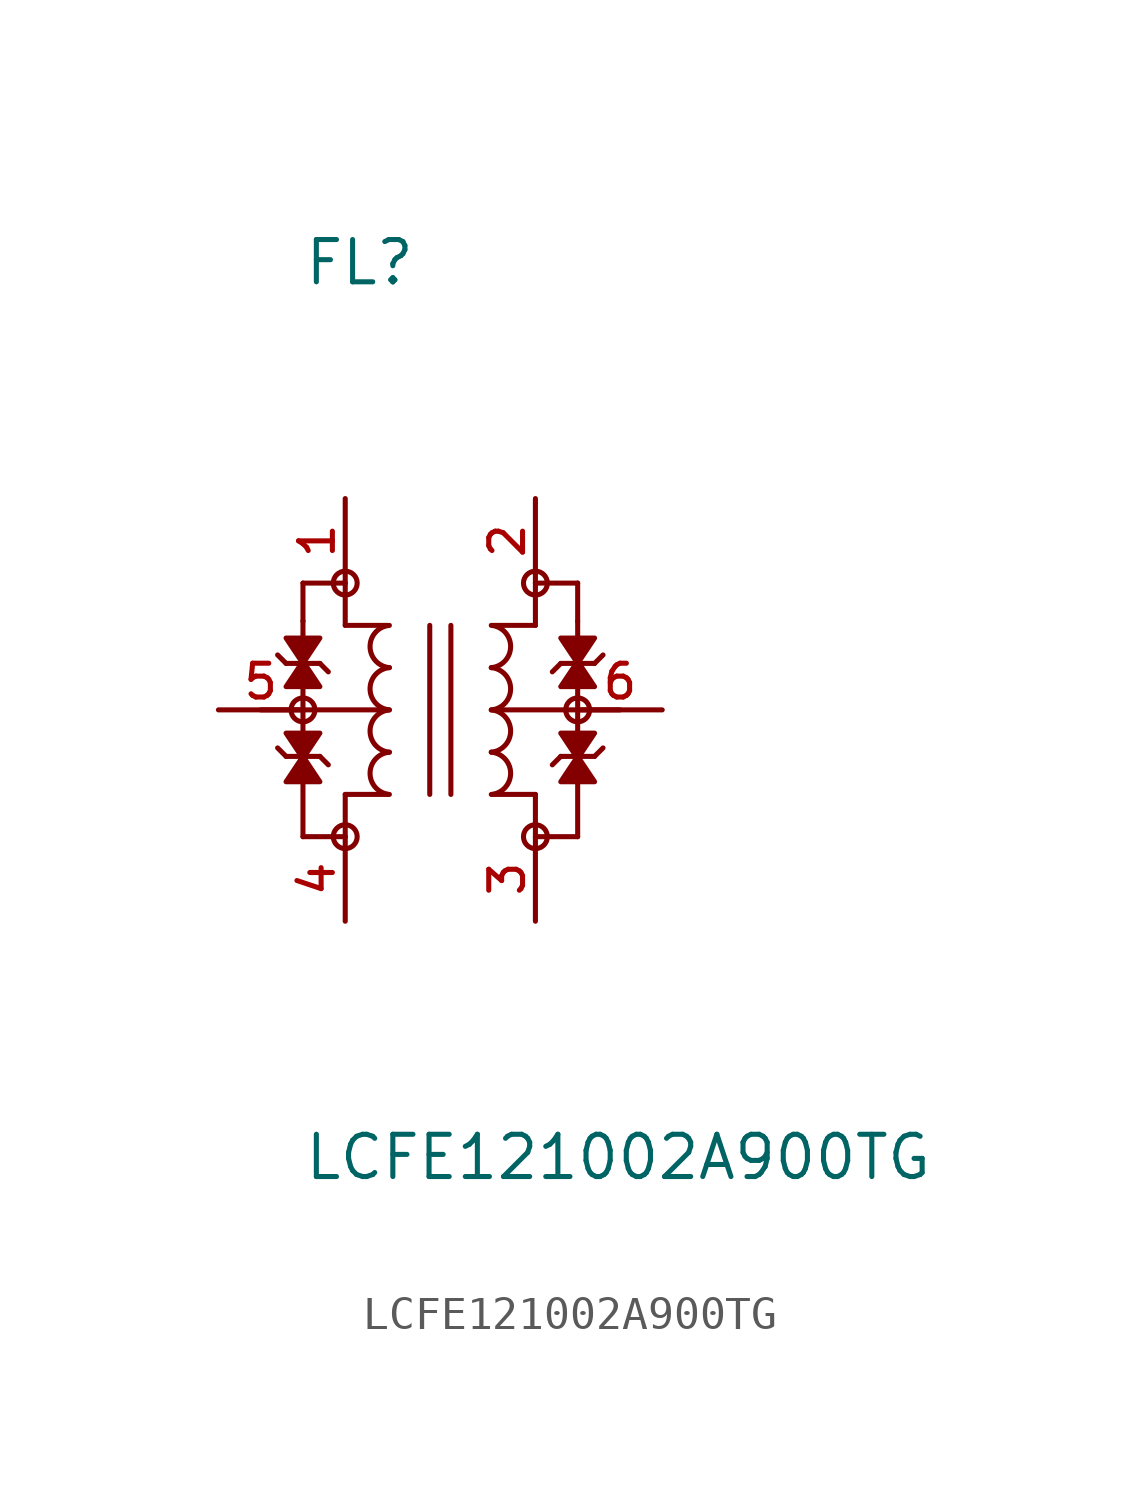
<source format=kicad_sym>
(kicad_symbol_lib
  (version 20211014)
  (generator kicad_symbol_editor)
  (symbol "LCFE121002A900TG"
    (pin_names
      (offset 1.016))
    (property "Reference" "FL"
      (at -5.08 12.7 0)
      (effects (font (size 1.27 1.27)) (justify left bottom)))
    (property "Value" "LCFE121002A900TG"
      (at -5.08 -12.7 0)
      (effects (font (size 1.27 1.27)) (justify left top)))
    (symbol "LCFE121002A900TG_0_0"
      (circle (center -5.08 0) (radius 0.359) (stroke (width 0) (type default) (color 0 0 0 0)) (fill (type none)))
      (circle (center -3.81 -3.81) (radius 0.359) (stroke (width 0) (type default) (color 0 0 0 0)) (fill (type none)))
      (circle (center -3.81 3.81) (radius 0.359) (stroke (width 0) (type default) (color 0 0 0 0)) (fill (type none)))
      (arc (start -2.4836 -1.27) (mid -3.1775 -1.905) (end -2.4836 -2.54) (stroke (width 0.1524) (type default) (color 0 0 0 0)) (fill (type none)))
      (arc (start -2.4836 0) (mid -3.1775 -0.635) (end -2.4836 -1.27) (stroke (width 0.1524) (type default) (color 0 0 0 0)) (fill (type none)))
      (arc (start -2.4836 1.27) (mid -3.1775 0.635) (end -2.4836 0) (stroke (width 0.1524) (type default) (color 0 0 0 0)) (fill (type none)))
      (arc (start -2.4836 2.54) (mid -3.1775 1.905) (end -2.4836 1.27) (stroke (width 0.1524) (type default) (color 0 0 0 0)) (fill (type none)))
      (polyline (pts (xy -6.35 0) (xy -2.54 0)) (stroke (width 0.152) (type default) (color 0 0 0 0)) (fill (type none)))
      (polyline (pts (xy -5.842 -1.143) (xy -5.588 -1.397)) (stroke (width 0.152) (type default) (color 0 0 0 0)) (fill (type none)))
      (polyline (pts (xy -5.588 -1.397) (xy -5.08 -1.397)) (stroke (width 0.152) (type default) (color 0 0 0 0)) (fill (type none)))
      (polyline (pts (xy -5.588 1.397) (xy -5.842 1.651)) (stroke (width 0.152) (type default) (color 0 0 0 0)) (fill (type none)))
      (polyline (pts (xy -5.08 -3.81) (xy -3.81 -3.81)) (stroke (width 0.152) (type default) (color 0 0 0 0)) (fill (type none)))
      (polyline (pts (xy -5.08 -1.397) (xy -4.572 -1.397)) (stroke (width 0.152) (type default) (color 0 0 0 0)) (fill (type none)))
      (polyline (pts (xy -5.08 0) (xy -5.08 -3.81)) (stroke (width 0.152) (type default) (color 0 0 0 0)) (fill (type none)))
      (polyline (pts (xy -5.08 0) (xy -5.08 2.667)) (stroke (width 0.152) (type default) (color 0 0 0 0)) (fill (type none)))
      (polyline (pts (xy -5.08 1.397) (xy -5.588 1.397)) (stroke (width 0.152) (type default) (color 0 0 0 0)) (fill (type none)))
      (polyline (pts (xy -5.08 2.667) (xy -5.08 3.81)) (stroke (width 0.152) (type default) (color 0 0 0 0)) (fill (type none)))
      (polyline (pts (xy -5.08 3.81) (xy -3.81 3.81)) (stroke (width 0.152) (type default) (color 0 0 0 0)) (fill (type none)))
      (polyline (pts (xy -4.572 -1.397) (xy -4.318 -1.651)) (stroke (width 0.152) (type default) (color 0 0 0 0)) (fill (type none)))
      (polyline (pts (xy -4.572 1.397) (xy -5.08 1.397)) (stroke (width 0.152) (type default) (color 0 0 0 0)) (fill (type none)))
      (polyline (pts (xy -4.318 1.143) (xy -4.572 1.397)) (stroke (width 0.152) (type default) (color 0 0 0 0)) (fill (type none)))
      (polyline (pts (xy -3.81 -3.81) (xy -3.81 -2.54)) (stroke (width 0.152) (type default) (color 0 0 0 0)) (fill (type none)))
      (polyline (pts (xy -3.81 -2.54) (xy -2.54 -2.54)) (stroke (width 0.152) (type default) (color 0 0 0 0)) (fill (type none)))
      (polyline (pts (xy -3.81 2.54) (xy -2.54 2.54)) (stroke (width 0.152) (type default) (color 0 0 0 0)) (fill (type none)))
      (polyline (pts (xy -3.81 3.81) (xy -3.81 2.54)) (stroke (width 0.152) (type default) (color 0 0 0 0)) (fill (type none)))
      (polyline (pts (xy -1.27 2.54) (xy -1.27 -2.54)) (stroke (width 0.152) (type default) (color 0 0 0 0)) (fill (type none)))
      (polyline (pts (xy -0.635 2.54) (xy -0.635 -2.54)) (stroke (width 0.152) (type default) (color 0 0 0 0)) (fill (type none)))
      (polyline (pts (xy 1.905 -3.81) (xy 1.905 -2.54)) (stroke (width 0.152) (type default) (color 0 0 0 0)) (fill (type none)))
      (polyline (pts (xy 1.905 -2.54) (xy 0.635 -2.54)) (stroke (width 0.152) (type default) (color 0 0 0 0)) (fill (type none)))
      (polyline (pts (xy 1.905 2.54) (xy 0.635 2.54)) (stroke (width 0.152) (type default) (color 0 0 0 0)) (fill (type none)))
      (polyline (pts (xy 1.905 3.81) (xy 1.905 2.54)) (stroke (width 0.152) (type default) (color 0 0 0 0)) (fill (type none)))
      (polyline (pts (xy 2.413 1.143) (xy 2.667 1.397)) (stroke (width 0.152) (type default) (color 0 0 0 0)) (fill (type none)))
      (polyline (pts (xy 2.667 -1.397) (xy 2.413 -1.651)) (stroke (width 0.152) (type default) (color 0 0 0 0)) (fill (type none)))
      (polyline (pts (xy 2.667 1.397) (xy 3.175 1.397)) (stroke (width 0.152) (type default) (color 0 0 0 0)) (fill (type none)))
      (polyline (pts (xy 3.175 -3.81) (xy 1.905 -3.81)) (stroke (width 0.152) (type default) (color 0 0 0 0)) (fill (type none)))
      (polyline (pts (xy 3.175 -1.397) (xy 2.667 -1.397)) (stroke (width 0.152) (type default) (color 0 0 0 0)) (fill (type none)))
      (polyline (pts (xy 3.175 0) (xy 3.175 -3.81)) (stroke (width 0.152) (type default) (color 0 0 0 0)) (fill (type none)))
      (polyline (pts (xy 3.175 0) (xy 3.175 2.667)) (stroke (width 0.152) (type default) (color 0 0 0 0)) (fill (type none)))
      (polyline (pts (xy 3.175 1.397) (xy 3.683 1.397)) (stroke (width 0.152) (type default) (color 0 0 0 0)) (fill (type none)))
      (polyline (pts (xy 3.175 2.667) (xy 3.175 3.81)) (stroke (width 0.152) (type default) (color 0 0 0 0)) (fill (type none)))
      (polyline (pts (xy 3.175 3.81) (xy 1.905 3.81)) (stroke (width 0.152) (type default) (color 0 0 0 0)) (fill (type none)))
      (polyline (pts (xy 3.683 -1.397) (xy 3.175 -1.397)) (stroke (width 0.152) (type default) (color 0 0 0 0)) (fill (type none)))
      (polyline (pts (xy 3.683 1.397) (xy 3.937 1.651)) (stroke (width 0.152) (type default) (color 0 0 0 0)) (fill (type none)))
      (polyline (pts (xy 3.937 -1.143) (xy 3.683 -1.397)) (stroke (width 0.152) (type default) (color 0 0 0 0)) (fill (type none)))
      (polyline (pts (xy 4.445 0) (xy 0.635 0)) (stroke (width 0.152) (type default) (color 0 0 0 0)) (fill (type none)))
      (polyline (pts (xy -5.08 -1.46) (xy -5.588 -0.699) (xy -4.572 -0.699) (xy -5.08 -1.46)) (stroke (width 0.152) (type default) (color 0 0 0 0)) (fill (type outline)))
      (polyline (pts (xy -5.08 -1.397) (xy -4.572 -2.159) (xy -5.588 -2.159) (xy -5.08 -1.397)) (stroke (width 0.152) (type default) (color 0 0 0 0)) (fill (type outline)))
      (polyline (pts (xy -5.08 1.397) (xy -5.588 2.159) (xy -4.572 2.159) (xy -5.08 1.397)) (stroke (width 0.152) (type default) (color 0 0 0 0)) (fill (type outline)))
      (polyline (pts (xy -5.08 1.46) (xy -4.572 0.699) (xy -5.588 0.699) (xy -5.08 1.46)) (stroke (width 0.152) (type default) (color 0 0 0 0)) (fill (type outline)))
      (polyline (pts (xy 3.175 -1.46) (xy 3.683 -0.699) (xy 2.667 -0.699) (xy 3.175 -1.46)) (stroke (width 0.152) (type default) (color 0 0 0 0)) (fill (type outline)))
      (polyline (pts (xy 3.175 -1.397) (xy 2.667 -2.159) (xy 3.683 -2.159) (xy 3.175 -1.397)) (stroke (width 0.152) (type default) (color 0 0 0 0)) (fill (type outline)))
      (polyline (pts (xy 3.175 1.397) (xy 3.683 2.159) (xy 2.667 2.159) (xy 3.175 1.397)) (stroke (width 0.152) (type default) (color 0 0 0 0)) (fill (type outline)))
      (polyline (pts (xy 3.175 1.46) (xy 2.667 0.699) (xy 3.683 0.699) (xy 3.175 1.46)) (stroke (width 0.152) (type default) (color 0 0 0 0)) (fill (type outline)))
      (arc (start 0.5786 -2.54) (mid 1.2725 -1.905) (end 0.5786 -1.27) (stroke (width 0.1524) (type default) (color 0 0 0 0)) (fill (type none)))
      (arc (start 0.5786 -1.27) (mid 1.2725 -0.635) (end 0.5786 0) (stroke (width 0.1524) (type default) (color 0 0 0 0)) (fill (type none)))
      (arc (start 0.5786 0) (mid 1.2725 0.635) (end 0.5786 1.27) (stroke (width 0.1524) (type default) (color 0 0 0 0)) (fill (type none)))
      (arc (start 0.5786 1.27) (mid 1.2725 1.905) (end 0.5786 2.54) (stroke (width 0.1524) (type default) (color 0 0 0 0)) (fill (type none)))
      (circle (center 1.905 -3.81) (radius 0.359) (stroke (width 0) (type default) (color 0 0 0 0)) (fill (type none)))
      (circle (center 1.905 3.81) (radius 0.359) (stroke (width 0) (type default) (color 0 0 0 0)) (fill (type none)))
      (circle (center 3.175 0) (radius 0.359) (stroke (width 0) (type default) (color 0 0 0 0)) (fill (type none)))
      (pin passive line (at -3.81 6.35 270) (length 2.54) (name "~" (effects (font (size 1.016 1.016)))) (number "1" (effects (font (size 1.016 1.016)))))
      (pin passive line (at 1.905 6.35 270) (length 2.54) (name "~" (effects (font (size 1.016 1.016)))) (number "2" (effects (font (size 1.016 1.016)))))
      (pin passive line (at 1.905 -6.35 90) (length 2.54) (name "~" (effects (font (size 1.016 1.016)))) (number "3" (effects (font (size 1.016 1.016)))))
      (pin passive line (at -3.81 -6.35 90) (length 2.54) (name "~" (effects (font (size 1.016 1.016)))) (number "4" (effects (font (size 1.016 1.016)))))
      (pin passive line (at -7.62 0 0) (length 2.54) (name "~" (effects (font (size 1.016 1.016)))) (number "5" (effects (font (size 1.016 1.016)))))
      (pin passive line (at 5.715 0 180) (length 2.54) (name "~" (effects (font (size 1.016 1.016)))) (number "6" (effects (font (size 1.016 1.016))))))))
</source>
